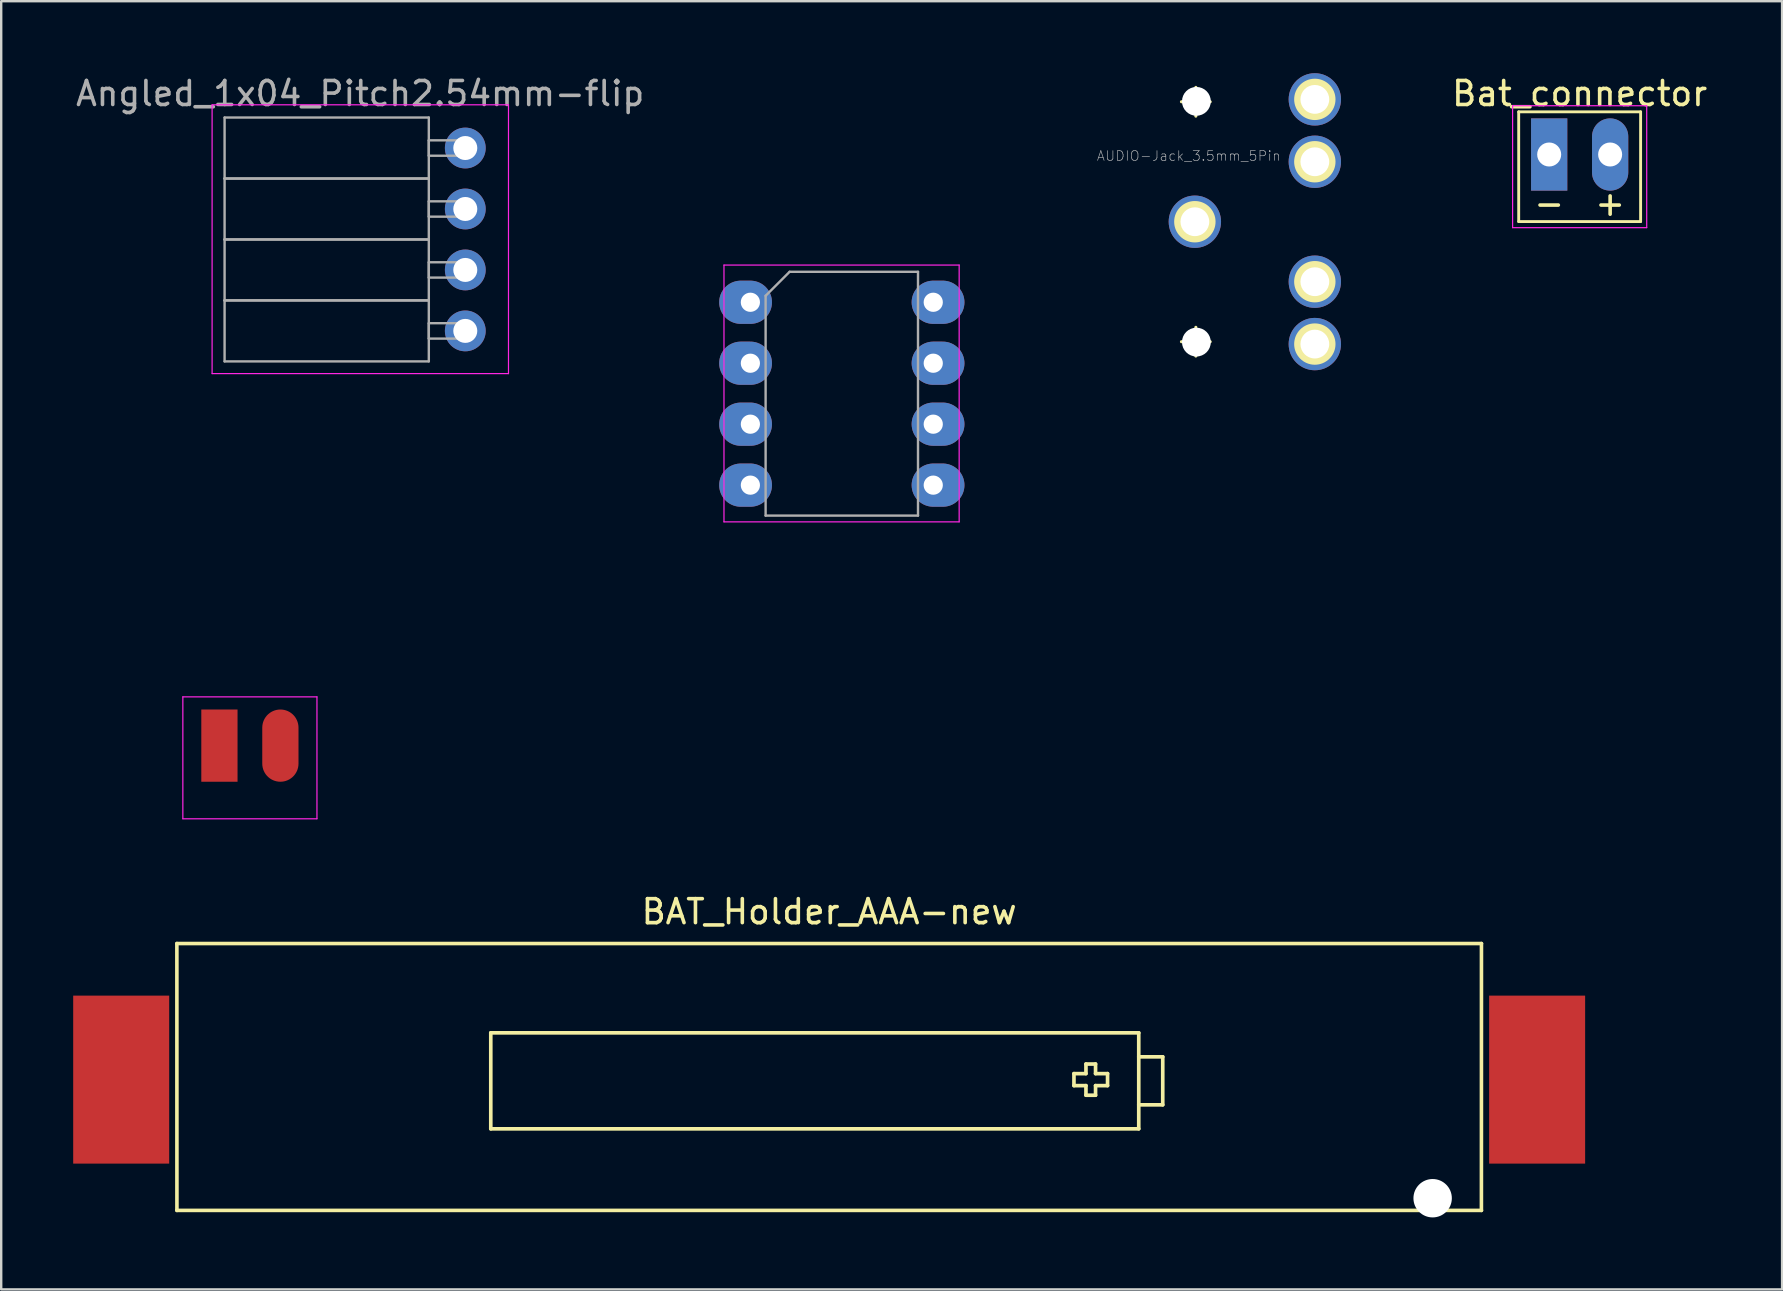
<source format=kicad_pcb>
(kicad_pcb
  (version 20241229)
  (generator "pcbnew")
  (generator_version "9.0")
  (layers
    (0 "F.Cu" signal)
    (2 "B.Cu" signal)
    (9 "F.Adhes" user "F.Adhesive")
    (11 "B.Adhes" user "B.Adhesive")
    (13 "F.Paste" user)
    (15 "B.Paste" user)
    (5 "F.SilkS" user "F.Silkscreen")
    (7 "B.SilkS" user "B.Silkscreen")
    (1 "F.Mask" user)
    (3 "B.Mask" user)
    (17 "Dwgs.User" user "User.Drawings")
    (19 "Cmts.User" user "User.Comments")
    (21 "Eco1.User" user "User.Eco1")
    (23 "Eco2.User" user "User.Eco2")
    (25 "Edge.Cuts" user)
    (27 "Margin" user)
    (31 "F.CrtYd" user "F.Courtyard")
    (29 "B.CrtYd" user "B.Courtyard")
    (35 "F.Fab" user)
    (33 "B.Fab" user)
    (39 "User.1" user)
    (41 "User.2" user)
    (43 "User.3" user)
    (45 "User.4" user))
  (footprint "BAT_Holder_AAA-new"
    (layer "F.Cu")
    (at 31.5 42.052)
    (property "Reference" "BAT_Holder_AAA-new" (at 0 -7.112 180) (layer "F.SilkS") (effects (font (size 1 1) (thickness 0.15))))
    (attr through_hole)
    (fp_line (start -27.18 -5.786) (end -27.178 5.334) (stroke (width 0.15) (type solid)) (layer "F.SilkS"))
    (fp_line (start -27.18 -5.786) (end 27.18 -5.786) (stroke (width 0.15) (type solid)) (layer "F.SilkS"))
    (fp_line (start -27.18 5.334) (end 27.18 5.334) (stroke (width 0.15) (type solid)) (layer "F.SilkS"))
    (fp_line (start -14.1 -2.066) (end -14.1 1.934) (stroke (width 0.152) (type solid)) (layer "F.SilkS"))
    (fp_line (start -14.1 -2.066) (end 12.9 -2.066) (stroke (width 0.152) (type solid)) (layer "F.SilkS"))
    (fp_line (start 10.2 0.134) (end 10.2 -0.366) (stroke (width 0.152) (type solid)) (layer "F.SilkS"))
    (fp_line (start 10.2 0.134) (end 10.7 0.134) (stroke (width 0.152) (type solid)) (layer "F.SilkS"))
    (fp_line (start 10.7 -0.766) (end 11.1 -0.766) (stroke (width 0.152) (type solid)) (layer "F.SilkS"))
    (fp_line (start 10.7 -0.366) (end 10.2 -0.366) (stroke (width 0.152) (type solid)) (layer "F.SilkS"))
    (fp_line (start 10.7 -0.366) (end 10.7 -0.766) (stroke (width 0.152) (type solid)) (layer "F.SilkS"))
    (fp_line (start 10.7 0.534) (end 10.7 0.134) (stroke (width 0.152) (type solid)) (layer "F.SilkS"))
    (fp_line (start 11.1 -0.766) (end 11.1 -0.366) (stroke (width 0.152) (type solid)) (layer "F.SilkS"))
    (fp_line (start 11.1 -0.366) (end 11.6 -0.366) (stroke (width 0.152) (type solid)) (layer "F.SilkS"))
    (fp_line (start 11.1 0.134) (end 11.1 0.534) (stroke (width 0.152) (type solid)) (layer "F.SilkS"))
    (fp_line (start 11.1 0.534) (end 10.7 0.534) (stroke (width 0.152) (type solid)) (layer "F.SilkS"))
    (fp_line (start 11.6 -0.366) (end 11.6 0.134) (stroke (width 0.152) (type solid)) (layer "F.SilkS"))
    (fp_line (start 11.6 0.134) (end 11.1 0.134) (stroke (width 0.152) (type solid)) (layer "F.SilkS"))
    (fp_line (start 12.9 -2.066) (end 12.9 1.934) (stroke (width 0.152) (type solid)) (layer "F.SilkS"))
    (fp_line (start 12.9 -1.066) (end 13.9 -1.066) (stroke (width 0.152) (type solid)) (layer "F.SilkS"))
    (fp_line (start 12.9 1.934) (end -14.1 1.934) (stroke (width 0.152) (type solid)) (layer "F.SilkS"))
    (fp_line (start 13.9 0.934) (end 12.9 0.934) (stroke (width 0.152) (type solid)) (layer "F.SilkS"))
    (fp_line (start 13.9 0.934) (end 13.9 -1.066) (stroke (width 0.152) (type solid)) (layer "F.SilkS"))
    (fp_line (start 27.178 5.334) (end 27.18 -5.786) (stroke (width 0.15) (type solid)) (layer "F.SilkS"))
    (fp_line (start 31 -0.116) (end -31 -0.116) (stroke (width 0.152) (type solid)) (layer "Eco2.User"))
    (pad "" np_thru_hole circle (at 25.146 4.826) (size 1.6 1.6) (drill 1.6) (layers "*.Cu" "*.Mask"))
    (pad "1" smd rect (at 29.5 -0.116) (size 4 7) (layers "F.Cu" "F.Mask" "F.Paste"))
    (pad "2" smd rect (at -29.5 -0.116) (size 4 7) (layers "F.Cu" "F.Mask" "F.Paste")))
  (footprint "Bat_connector"
    (layer "F.Cu")
    (at 61.502 3.388)
    (property "Reference" "Bat_connector" (at 1.27 -2.54 0) (layer "F.SilkS") (effects (font (size 1 1) (thickness 0.15))))
    (attr through_hole)
    (fp_line (start -1.27 -1.778) (end -1.27 2.794) (stroke (width 0.12) (type solid)) (layer "F.SilkS"))
    (fp_line (start -1.27 -1.778) (end 3.81 -1.778) (stroke (width 0.12) (type solid)) (layer "F.SilkS"))
    (fp_line (start 3.81 -1.778) (end 3.81 2.794) (stroke (width 0.12) (type solid)) (layer "F.SilkS"))
    (fp_line (start 3.81 2.794) (end -1.27 2.794) (stroke (width 0.12) (type solid)) (layer "F.SilkS"))
    (fp_line (start -1.524 -2.032) (end -1.524 3.048) (stroke (width 0.05) (type solid)) (layer "F.CrtYd"))
    (fp_line (start -1.524 -2.032) (end 4.064 -2.032) (stroke (width 0.05) (type solid)) (layer "F.CrtYd"))
    (fp_line (start 4.064 3.048) (end -1.524 3.048) (stroke (width 0.05) (type solid)) (layer "F.CrtYd"))
    (fp_line (start 4.064 3.048) (end 4.064 -2.032) (stroke (width 0.05) (type solid)) (layer "F.CrtYd"))
    (fp_text user "+" (at 2.54 2.032 0) (layer "F.SilkS") (effects (font (size 1 1) (thickness 0.15))))
    (fp_text user "-" (at 0 2.032 0) (layer "F.SilkS") (effects (font (size 1 1) (thickness 0.15))))
    (pad "1" thru_hole rect (at 0 0) (size 1.51 3.01) (drill 1) (layers "*.Cu" "*.Mask"))
    (pad "2" thru_hole oval (at 2.54 0) (size 1.51 3.01) (drill 1) (layers "*.Cu" "*.Mask")))
  (footprint "Attiny_DIP-8_W7.62mm_mod"
    (layer "F.Cu")
    (at 28.217 9.545)
    (property "Reference" "Attiny_DIP-8_W7.62mm_mod" (at 3.81 1.27 90) (layer "Eco2.User") (effects (font (size 1 1) (thickness 0.15))))
    (attr through_hole)
    (fp_line (start -1.1 -1.55) (end -1.1 9.15) (stroke (width 0.05) (type solid)) (layer "F.CrtYd"))
    (fp_line (start -1.1 9.15) (end 8.7 9.15) (stroke (width 0.05) (type solid)) (layer "F.CrtYd"))
    (fp_line (start 8.7 -1.55) (end -1.1 -1.55) (stroke (width 0.05) (type solid)) (layer "F.CrtYd"))
    (fp_line (start 8.7 9.15) (end 8.7 -1.55) (stroke (width 0.05) (type solid)) (layer "F.CrtYd"))
    (fp_line (start 0.635 -0.27) (end 1.635 -1.27) (stroke (width 0.1) (type solid)) (layer "F.Fab"))
    (fp_line (start 0.635 8.89) (end 0.635 -0.27) (stroke (width 0.1) (type solid)) (layer "F.Fab"))
    (fp_line (start 1.635 -1.27) (end 6.985 -1.27) (stroke (width 0.1) (type solid)) (layer "F.Fab"))
    (fp_line (start 6.985 -1.27) (end 6.985 8.89) (stroke (width 0.1) (type solid)) (layer "F.Fab"))
    (fp_line (start 6.985 8.89) (end 0.635 8.89) (stroke (width 0.1) (type solid)) (layer "F.Fab"))
    (pad "1" thru_hole oval (at 0 0) (size 2.2 1.8) (drill 0.8 (offset -0.2 0)) (layers "B.Cu" "B.Mask"))
    (pad "2" thru_hole oval (at 0 2.54) (size 2.2 1.8) (drill 0.8 (offset -0.2 0)) (layers "B.Cu" "B.Mask"))
    (pad "3" thru_hole oval (at 0 5.08) (size 2.2 1.8) (drill 0.8 (offset -0.2 0)) (layers "B.Cu" "B.Mask"))
    (pad "4" thru_hole oval (at 0 7.62) (size 2.2 1.8) (drill 0.8 (offset -0.2 0)) (layers "B.Cu" "B.Mask"))
    (pad "5" thru_hole oval (at 7.62 7.62) (size 2.2 1.8) (drill 0.8 (offset 0.2 0)) (layers "B.Cu" "B.Mask"))
    (pad "6" thru_hole oval (at 7.62 5.08) (size 2.2 1.8) (drill 0.8 (offset 0.2 0)) (layers "B.Cu" "B.Mask"))
    (pad "7" thru_hole oval (at 7.62 2.54) (size 2.2 1.8) (drill 0.8 (offset 0.2 0)) (layers "B.Cu" "B.Mask"))
    (pad "8" thru_hole oval (at 7.62 0) (size 2.2 1.8) (drill 0.8 (offset 0.2 0)) (layers "B.Cu" "B.Mask")))
  (footprint "AUDIO-Jack_3.5mm_5Pin"
    (layer "F.Cu")
    (at 46.738 6.189)
    (property "Reference" "AUDIO-Jack_3.5mm_5Pin" (at -0.254 -2.743 0) (layer "Dwgs.User") (effects (font (size 0.406 0.406) (thickness 0.025))))
    (attr exclude_from_pos_files exclude_from_bom)
    (fp_line (start -0.559 -4.999) (end 0.64 -4.999) (stroke (width 0.127) (type solid)) (layer "F.SilkS"))
    (fp_line (start -0.559 4.999) (end 0.64 4.999) (stroke (width 0.127) (type solid)) (layer "F.SilkS"))
    (fp_line (start 0.041 -4.399) (end 0.041 -5.598) (stroke (width 0.127) (type solid)) (layer "F.SilkS"))
    (fp_line (start 0.041 5.598) (end 0.041 4.399) (stroke (width 0.127) (type solid)) (layer "F.SilkS"))
    (fp_circle (center 0 0) (end -0.61 0.61) (stroke (width 0) (type solid)) (fill yes) (layer "F.SilkS"))
    (fp_circle (center 0 0) (end -0.33 0.33) (stroke (width 0) (type solid)) (fill yes) (layer "F.SilkS"))
    (fp_circle (center 0.041 -4.999) (end -0.259 -5.298) (stroke (width 0.127) (type solid)) (fill no) (layer "F.SilkS"))
    (fp_circle (center 0.041 4.999) (end -0.259 5.298) (stroke (width 0.127) (type solid)) (fill no) (layer "F.SilkS"))
    (fp_circle (center 4.999 -5.098) (end 5.329 -5.428) (stroke (width 0) (type solid)) (fill yes) (layer "F.SilkS"))
    (fp_circle (center 4.999 -5.098) (end 5.608 -5.707) (stroke (width 0) (type solid)) (fill yes) (layer "F.SilkS"))
    (fp_circle (center 4.999 -2.499) (end 5.329 -2.83) (stroke (width 0) (type solid)) (fill yes) (layer "F.SilkS"))
    (fp_circle (center 4.999 -2.499) (end 5.608 -3.109) (stroke (width 0) (type solid)) (fill yes) (layer "F.SilkS"))
    (fp_circle (center 4.999 2.499) (end 5.329 2.83) (stroke (width 0) (type solid)) (fill yes) (layer "F.SilkS"))
    (fp_circle (center 4.999 2.499) (end 5.608 3.109) (stroke (width 0) (type solid)) (fill yes) (layer "F.SilkS"))
    (fp_circle (center 4.999 5.098) (end 5.329 5.428) (stroke (width 0) (type solid)) (fill yes) (layer "F.SilkS"))
    (fp_circle (center 4.999 5.098) (end 5.608 5.707) (stroke (width 0) (type solid)) (fill yes) (layer "F.SilkS"))
    (fp_line (start -6.5 -3) (end -6.5 3) (stroke (width 0.203) (type solid)) (layer "Eco2.User"))
    (fp_line (start -6.5 -3) (end -4.498 -3) (stroke (width 0.203) (type solid)) (layer "Eco2.User"))
    (fp_line (start -6.5 3) (end -4.498 3) (stroke (width 0.203) (type solid)) (layer "Eco2.User"))
    (fp_line (start -4.498 -4.498) (end -4.498 -3) (stroke (width 0.203) (type solid)) (layer "Eco2.User"))
    (fp_line (start -4.498 -4.498) (end -3.498 -4.498) (stroke (width 0.203) (type solid)) (layer "Eco2.User"))
    (fp_line (start -4.498 3) (end -4.498 4.498) (stroke (width 0.203) (type solid)) (layer "Eco2.User"))
    (fp_line (start -4.498 4.498) (end -3.498 4.498) (stroke (width 0.203) (type solid)) (layer "Eco2.User"))
    (fp_line (start -3.498 -5.999) (end -3.498 5.999) (stroke (width 0.203) (type solid)) (layer "Eco2.User"))
    (fp_line (start -3.498 -5.999) (end 3.498 -5.999) (stroke (width 0.203) (type solid)) (layer "Eco2.User"))
    (fp_line (start -3.498 5.999) (end 3.498 5.999) (stroke (width 0.203) (type solid)) (layer "Eco2.User"))
    (fp_line (start 7.498 -5.999) (end 6.5 -5.999) (stroke (width 0.203) (type solid)) (layer "Eco2.User"))
    (fp_line (start 7.498 -5.999) (end 7.498 5.999) (stroke (width 0.203) (type solid)) (layer "Eco2.User"))
    (fp_line (start 7.498 5.999) (end 6.5 5.999) (stroke (width 0.203) (type solid)) (layer "Eco2.User"))
    (pad "" np_thru_hole circle (at 0.064 -5.016) (size 1.2 1.2) (drill 1.2) (layers "*.Cu" "*.Mask"))
    (pad "" np_thru_hole circle (at 0.064 5.016) (size 1.2 1.2) (drill 1.2) (layers "*.Cu" "*.Mask"))
    (pad "1" thru_hole circle (at 0 0) (size 2.182 2.182) (drill 1.2) (layers "*.Cu" "*.Mask"))
    (pad "2" thru_hole circle (at 4.999 5.098) (size 2.182 2.182) (drill 1.2) (layers "*.Cu" "*.Mask"))
    (pad "3" thru_hole circle (at 4.999 -5.098) (size 2.182 2.182) (drill 1.2) (layers "*.Cu" "*.Mask"))
    (pad "5" thru_hole circle (at 4.999 2.499) (size 2.182 2.182) (drill 1.2) (layers "*.Cu" "*.Mask"))
    (pad "6" thru_hole circle (at 4.999 -2.499) (size 2.182 2.182) (drill 1.2) (layers "*.Cu" "*.Mask")))
  (footprint "Angled_1x04_Pitch2.54mm-flip"
    (layer "F.Cu")
    (at 16.338 3.118)
    (property "Reference" "Angled_1x04_Pitch2.54mm-flip" (at -4.38 -2.27 0) (layer "Eco2.User") (effects (font (size 1 1) (thickness 0.15))))
    (attr through_hole)
    (fp_line (start -10.55 -1.8) (end 1.8 -1.8) (stroke (width 0.05) (type solid)) (layer "F.CrtYd"))
    (fp_line (start -10.55 9.4) (end -10.55 -1.8) (stroke (width 0.05) (type solid)) (layer "F.CrtYd"))
    (fp_line (start 1.8 -1.8) (end 1.8 9.4) (stroke (width 0.05) (type solid)) (layer "F.CrtYd"))
    (fp_line (start 1.8 9.4) (end -10.55 9.4) (stroke (width 0.05) (type solid)) (layer "F.CrtYd"))
    (fp_line (start -10.03 -1.27) (end -1.52 -1.27) (stroke (width 0.1) (type solid)) (layer "F.Fab"))
    (fp_line (start -10.03 1.27) (end -10.03 -1.27) (stroke (width 0.1) (type solid)) (layer "F.Fab"))
    (fp_line (start -10.03 1.27) (end -1.52 1.27) (stroke (width 0.1) (type solid)) (layer "F.Fab"))
    (fp_line (start -10.03 3.81) (end -10.03 1.27) (stroke (width 0.1) (type solid)) (layer "F.Fab"))
    (fp_line (start -10.03 3.81) (end -1.52 3.81) (stroke (width 0.1) (type solid)) (layer "F.Fab"))
    (fp_line (start -10.03 6.35) (end -10.03 3.81) (stroke (width 0.1) (type solid)) (layer "F.Fab"))
    (fp_line (start -10.03 6.35) (end -1.52 6.35) (stroke (width 0.1) (type solid)) (layer "F.Fab"))
    (fp_line (start -10.03 8.89) (end -10.03 6.35) (stroke (width 0.1) (type solid)) (layer "F.Fab"))
    (fp_line (start -1.52 -1.27) (end -1.52 1.27) (stroke (width 0.1) (type solid)) (layer "F.Fab"))
    (fp_line (start -1.52 -0.32) (end 0 -0.32) (stroke (width 0.1) (type solid)) (layer "F.Fab"))
    (fp_line (start -1.52 0.32) (end -1.52 -0.32) (stroke (width 0.1) (type solid)) (layer "F.Fab"))
    (fp_line (start -1.52 1.27) (end -10.03 1.27) (stroke (width 0.1) (type solid)) (layer "F.Fab"))
    (fp_line (start -1.52 1.27) (end -1.52 3.81) (stroke (width 0.1) (type solid)) (layer "F.Fab"))
    (fp_line (start -1.52 2.22) (end 0 2.22) (stroke (width 0.1) (type solid)) (layer "F.Fab"))
    (fp_line (start -1.52 2.86) (end -1.52 2.22) (stroke (width 0.1) (type solid)) (layer "F.Fab"))
    (fp_line (start -1.52 3.81) (end -10.03 3.81) (stroke (width 0.1) (type solid)) (layer "F.Fab"))
    (fp_line (start -1.52 3.81) (end -1.52 6.35) (stroke (width 0.1) (type solid)) (layer "F.Fab"))
    (fp_line (start -1.52 4.76) (end 0 4.76) (stroke (width 0.1) (type solid)) (layer "F.Fab"))
    (fp_line (start -1.52 5.4) (end -1.52 4.76) (stroke (width 0.1) (type solid)) (layer "F.Fab"))
    (fp_line (start -1.52 6.35) (end -10.03 6.35) (stroke (width 0.1) (type solid)) (layer "F.Fab"))
    (fp_line (start -1.52 6.35) (end -1.52 8.89) (stroke (width 0.1) (type solid)) (layer "F.Fab"))
    (fp_line (start -1.52 7.3) (end 0 7.3) (stroke (width 0.1) (type solid)) (layer "F.Fab"))
    (fp_line (start -1.52 7.94) (end -1.52 7.3) (stroke (width 0.1) (type solid)) (layer "F.Fab"))
    (fp_line (start -1.52 8.89) (end -10.03 8.89) (stroke (width 0.1) (type solid)) (layer "F.Fab"))
    (fp_line (start 0 -0.32) (end 0 0.32) (stroke (width 0.1) (type solid)) (layer "F.Fab"))
    (fp_line (start 0 0.32) (end -1.52 0.32) (stroke (width 0.1) (type solid)) (layer "F.Fab"))
    (fp_line (start 0 2.22) (end 0 2.86) (stroke (width 0.1) (type solid)) (layer "F.Fab"))
    (fp_line (start 0 2.86) (end -1.52 2.86) (stroke (width 0.1) (type solid)) (layer "F.Fab"))
    (fp_line (start 0 4.76) (end 0 5.4) (stroke (width 0.1) (type solid)) (layer "F.Fab"))
    (fp_line (start 0 5.4) (end -1.52 5.4) (stroke (width 0.1) (type solid)) (layer "F.Fab"))
    (fp_line (start 0 7.3) (end 0 7.94) (stroke (width 0.1) (type solid)) (layer "F.Fab"))
    (fp_line (start 0 7.94) (end -1.52 7.94) (stroke (width 0.1) (type solid)) (layer "F.Fab"))
    (fp_text user "${REFERENCE}" (at -4.38 -2.27 0) (layer "F.Fab") (effects (font (size 1 1) (thickness 0.15))))
    (pad "1" thru_hole oval (at 0 7.62) (size 1.7 1.7) (drill 1) (layers "*.Cu" "*.Mask"))
    (pad "2" thru_hole oval (at 0 5.08) (size 1.7 1.7) (drill 1) (layers "*.Cu" "*.Mask"))
    (pad "3" thru_hole oval (at 0 2.54) (size 1.7 1.7) (drill 1) (layers "*.Cu" "*.Mask"))
    (pad "4" thru_hole circle (at 0 0) (size 1.7 1.7) (drill 1) (layers "*.Cu" "*.Mask")))
  (footprint "Bat_connector_SMD"
    (layer "F.Cu")
    (at 6.093 28.019)
    (property "Reference" "Bat_connector_SMD" (at 1.27 -2.54 0) (layer "Eco2.User") (effects (font (size 1 1) (thickness 0.15))))
    (attr through_hole)
    (fp_line (start -1.27 -1.778) (end -1.27 2.794) (stroke (width 0.12) (type solid)) (layer "Eco2.User"))
    (fp_line (start -1.27 -1.778) (end 3.81 -1.778) (stroke (width 0.12) (type solid)) (layer "Eco2.User"))
    (fp_line (start 3.81 -1.778) (end 3.81 2.794) (stroke (width 0.12) (type solid)) (layer "Eco2.User"))
    (fp_line (start 3.81 2.794) (end -1.27 2.794) (stroke (width 0.12) (type solid)) (layer "Eco2.User"))
    (fp_line (start -1.524 -2.032) (end -1.524 3.048) (stroke (width 0.05) (type solid)) (layer "F.CrtYd"))
    (fp_line (start -1.524 -2.032) (end 4.064 -2.032) (stroke (width 0.05) (type solid)) (layer "F.CrtYd"))
    (fp_line (start 4.064 3.048) (end -1.524 3.048) (stroke (width 0.05) (type solid)) (layer "F.CrtYd"))
    (fp_line (start 4.064 3.048) (end 4.064 -2.032) (stroke (width 0.05) (type solid)) (layer "F.CrtYd"))
    (fp_text user "+" (at 2.54 2.032 0) (layer "Eco2.User") (effects (font (size 1 1) (thickness 0.15))))
    (fp_text user "-" (at 0 2.032 0) (layer "Eco2.User") (effects (font (size 1 1) (thickness 0.15))))
    (pad "1" smd rect (at 0 0) (size 1.51 3.01) (layers "F.Cu" "F.Mask" "F.Paste"))
    (pad "2" smd oval (at 2.54 0) (size 1.51 3.01) (layers "F.Cu" "F.Mask" "F.Paste")))
  (gr_rect
    (start -3 -3)
    (end 71.207 50.678)
    (stroke (width 0.1) (type default))
    (fill no)
    (layer "Edge.Cuts")))
</source>
